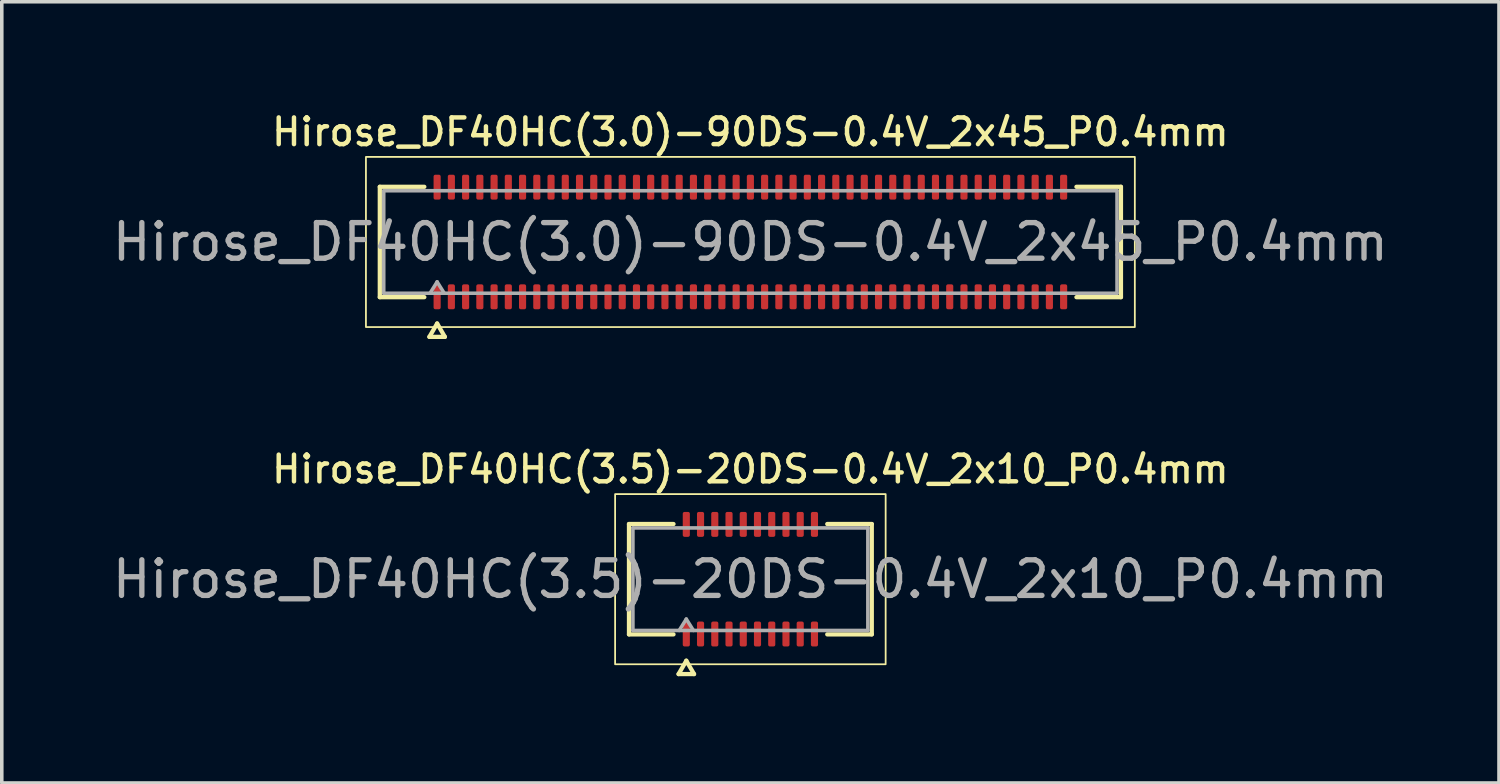
<source format=kicad_pcb>
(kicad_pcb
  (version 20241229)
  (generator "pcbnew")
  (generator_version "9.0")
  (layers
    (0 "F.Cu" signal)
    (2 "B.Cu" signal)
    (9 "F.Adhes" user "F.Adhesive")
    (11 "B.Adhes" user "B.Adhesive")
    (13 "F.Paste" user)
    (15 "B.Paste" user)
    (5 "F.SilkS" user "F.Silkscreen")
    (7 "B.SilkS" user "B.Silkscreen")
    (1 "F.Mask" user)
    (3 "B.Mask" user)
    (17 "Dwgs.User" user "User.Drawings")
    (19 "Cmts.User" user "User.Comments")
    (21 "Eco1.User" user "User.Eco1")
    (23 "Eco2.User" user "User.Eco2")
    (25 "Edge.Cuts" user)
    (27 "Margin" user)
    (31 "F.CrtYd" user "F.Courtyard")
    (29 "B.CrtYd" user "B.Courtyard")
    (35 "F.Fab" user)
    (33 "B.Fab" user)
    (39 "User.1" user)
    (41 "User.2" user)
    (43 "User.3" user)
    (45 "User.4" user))
  (footprint "Hirose_DF40HC(3.5)-20DS-0.4V_2x10_P0.4mm"
    (layer "F.Cu")
    (at 18.03 13.221)
    (property "Reference" "Hirose_DF40HC(3.5)-20DS-0.4V_2x10_P0.4mm" (at 0 -3.09 0) (layer "F.SilkS") (effects (font (size 0.75 0.75) (thickness 0.125))))
    (attr smd)
    (fp_line (start -3.41 -1.55) (end -2.16 -1.55) (stroke (width 0.12) (type solid)) (layer "F.SilkS"))
    (fp_line (start -3.41 1.55) (end -3.41 -1.55) (stroke (width 0.12) (type solid)) (layer "F.SilkS"))
    (fp_line (start -2.16 1.55) (end -3.41 1.55) (stroke (width 0.12) (type solid)) (layer "F.SilkS"))
    (fp_line (start -2.017 2.665) (end -1.8 2.29) (stroke (width 0.12) (type solid)) (layer "F.SilkS"))
    (fp_line (start -1.8 2.29) (end -1.583 2.665) (stroke (width 0.12) (type solid)) (layer "F.SilkS"))
    (fp_line (start -1.583 2.665) (end -2.017 2.665) (stroke (width 0.12) (type solid)) (layer "F.SilkS"))
    (fp_line (start 2.16 -1.55) (end 3.41 -1.55) (stroke (width 0.12) (type solid)) (layer "F.SilkS"))
    (fp_line (start 3.41 -1.55) (end 3.41 1.55) (stroke (width 0.12) (type solid)) (layer "F.SilkS"))
    (fp_line (start 3.41 1.55) (end 2.16 1.55) (stroke (width 0.12) (type solid)) (layer "F.SilkS"))
    (fp_rect (start -3.8 -2.39) (end 3.8 2.39) (stroke (width 0.05) (type solid)) (fill no) (layer "F.SilkS"))
    (fp_line (start -3.3 -1.44) (end 3.3 -1.44) (stroke (width 0.1) (type solid)) (layer "F.Fab"))
    (fp_line (start -3.3 1.44) (end -3.3 -1.44) (stroke (width 0.1) (type solid)) (layer "F.Fab"))
    (fp_line (start -2 1.44) (end -1.8 1.12) (stroke (width 0.1) (type solid)) (layer "F.Fab"))
    (fp_line (start -1.8 1.12) (end -1.6 1.44) (stroke (width 0.1) (type solid)) (layer "F.Fab"))
    (fp_line (start 3.3 -1.44) (end 3.3 1.44) (stroke (width 0.1) (type solid)) (layer "F.Fab"))
    (fp_line (start 3.3 1.44) (end -3.3 1.44) (stroke (width 0.1) (type solid)) (layer "F.Fab"))
    (fp_text user "${REFERENCE}" (at 0 0 0) (layer "F.Fab") (effects (font (size 1 1) (thickness 0.15))))
    (pad "1" smd roundrect (at -1.8 1.54) (size 0.2 0.7) (layers "F.Cu" "F.Mask" "F.Paste") (roundrect_rratio 0.25))
    (pad "2" smd roundrect (at -1.8 -1.54) (size 0.2 0.7) (layers "F.Cu" "F.Mask" "F.Paste") (roundrect_rratio 0.25))
    (pad "3" smd roundrect (at -1.4 1.54) (size 0.2 0.7) (layers "F.Cu" "F.Mask" "F.Paste") (roundrect_rratio 0.25))
    (pad "4" smd roundrect (at -1.4 -1.54) (size 0.2 0.7) (layers "F.Cu" "F.Mask" "F.Paste") (roundrect_rratio 0.25))
    (pad "5" smd roundrect (at -1 1.54) (size 0.2 0.7) (layers "F.Cu" "F.Mask" "F.Paste") (roundrect_rratio 0.25))
    (pad "6" smd roundrect (at -1 -1.54) (size 0.2 0.7) (layers "F.Cu" "F.Mask" "F.Paste") (roundrect_rratio 0.25))
    (pad "7" smd roundrect (at -0.6 1.54) (size 0.2 0.7) (layers "F.Cu" "F.Mask" "F.Paste") (roundrect_rratio 0.25))
    (pad "8" smd roundrect (at -0.6 -1.54) (size 0.2 0.7) (layers "F.Cu" "F.Mask" "F.Paste") (roundrect_rratio 0.25))
    (pad "9" smd roundrect (at -0.2 1.54) (size 0.2 0.7) (layers "F.Cu" "F.Mask" "F.Paste") (roundrect_rratio 0.25))
    (pad "10" smd roundrect (at -0.2 -1.54) (size 0.2 0.7) (layers "F.Cu" "F.Mask" "F.Paste") (roundrect_rratio 0.25))
    (pad "11" smd roundrect (at 0.2 1.54) (size 0.2 0.7) (layers "F.Cu" "F.Mask" "F.Paste") (roundrect_rratio 0.25))
    (pad "12" smd roundrect (at 0.2 -1.54) (size 0.2 0.7) (layers "F.Cu" "F.Mask" "F.Paste") (roundrect_rratio 0.25))
    (pad "13" smd roundrect (at 0.6 1.54) (size 0.2 0.7) (layers "F.Cu" "F.Mask" "F.Paste") (roundrect_rratio 0.25))
    (pad "14" smd roundrect (at 0.6 -1.54) (size 0.2 0.7) (layers "F.Cu" "F.Mask" "F.Paste") (roundrect_rratio 0.25))
    (pad "15" smd roundrect (at 1 1.54) (size 0.2 0.7) (layers "F.Cu" "F.Mask" "F.Paste") (roundrect_rratio 0.25))
    (pad "16" smd roundrect (at 1 -1.54) (size 0.2 0.7) (layers "F.Cu" "F.Mask" "F.Paste") (roundrect_rratio 0.25))
    (pad "17" smd roundrect (at 1.4 1.54) (size 0.2 0.7) (layers "F.Cu" "F.Mask" "F.Paste") (roundrect_rratio 0.25))
    (pad "18" smd roundrect (at 1.4 -1.54) (size 0.2 0.7) (layers "F.Cu" "F.Mask" "F.Paste") (roundrect_rratio 0.25))
    (pad "19" smd roundrect (at 1.8 1.54) (size 0.2 0.7) (layers "F.Cu" "F.Mask" "F.Paste") (roundrect_rratio 0.25))
    (pad "20" smd roundrect (at 1.8 -1.54) (size 0.2 0.7) (layers "F.Cu" "F.Mask" "F.Paste") (roundrect_rratio 0.25)))
  (footprint "Hirose_DF40HC(3.0)-90DS-0.4V_2x45_P0.4mm"
    (layer "F.Cu")
    (at 18.03 3.748)
    (property "Reference" "Hirose_DF40HC(3.0)-90DS-0.4V_2x45_P0.4mm" (at 0 -3.09 0) (layer "F.SilkS") (effects (font (size 0.75 0.75) (thickness 0.125))))
    (attr smd)
    (fp_line (start -10.41 -1.55) (end -9.16 -1.55) (stroke (width 0.12) (type solid)) (layer "F.SilkS"))
    (fp_line (start -10.41 1.55) (end -10.41 -1.55) (stroke (width 0.12) (type solid)) (layer "F.SilkS"))
    (fp_line (start -9.16 1.55) (end -10.41 1.55) (stroke (width 0.12) (type solid)) (layer "F.SilkS"))
    (fp_line (start -9.017 2.665) (end -8.8 2.29) (stroke (width 0.12) (type solid)) (layer "F.SilkS"))
    (fp_line (start -8.8 2.29) (end -8.583 2.665) (stroke (width 0.12) (type solid)) (layer "F.SilkS"))
    (fp_line (start -8.583 2.665) (end -9.017 2.665) (stroke (width 0.12) (type solid)) (layer "F.SilkS"))
    (fp_line (start 9.16 -1.55) (end 10.41 -1.55) (stroke (width 0.12) (type solid)) (layer "F.SilkS"))
    (fp_line (start 10.41 -1.55) (end 10.41 1.55) (stroke (width 0.12) (type solid)) (layer "F.SilkS"))
    (fp_line (start 10.41 1.55) (end 9.16 1.55) (stroke (width 0.12) (type solid)) (layer "F.SilkS"))
    (fp_rect (start -10.8 -2.39) (end 10.8 2.39) (stroke (width 0.05) (type solid)) (fill no) (layer "F.SilkS"))
    (fp_line (start -10.3 -1.44) (end 10.3 -1.44) (stroke (width 0.1) (type solid)) (layer "F.Fab"))
    (fp_line (start -10.3 1.44) (end -10.3 -1.44) (stroke (width 0.1) (type solid)) (layer "F.Fab"))
    (fp_line (start -9 1.44) (end -8.8 1.12) (stroke (width 0.1) (type solid)) (layer "F.Fab"))
    (fp_line (start -8.8 1.12) (end -8.6 1.44) (stroke (width 0.1) (type solid)) (layer "F.Fab"))
    (fp_line (start 10.3 -1.44) (end 10.3 1.44) (stroke (width 0.1) (type solid)) (layer "F.Fab"))
    (fp_line (start 10.3 1.44) (end -10.3 1.44) (stroke (width 0.1) (type solid)) (layer "F.Fab"))
    (fp_text user "${REFERENCE}" (at 0 0 0) (layer "F.Fab") (effects (font (size 1 1) (thickness 0.15))))
    (pad "1" smd roundrect (at -8.8 1.54) (size 0.2 0.7) (layers "F.Cu" "F.Mask" "F.Paste") (roundrect_rratio 0.25))
    (pad "2" smd roundrect (at -8.8 -1.54) (size 0.2 0.7) (layers "F.Cu" "F.Mask" "F.Paste") (roundrect_rratio 0.25))
    (pad "3" smd roundrect (at -8.4 1.54) (size 0.2 0.7) (layers "F.Cu" "F.Mask" "F.Paste") (roundrect_rratio 0.25))
    (pad "4" smd roundrect (at -8.4 -1.54) (size 0.2 0.7) (layers "F.Cu" "F.Mask" "F.Paste") (roundrect_rratio 0.25))
    (pad "5" smd roundrect (at -8 1.54) (size 0.2 0.7) (layers "F.Cu" "F.Mask" "F.Paste") (roundrect_rratio 0.25))
    (pad "6" smd roundrect (at -8 -1.54) (size 0.2 0.7) (layers "F.Cu" "F.Mask" "F.Paste") (roundrect_rratio 0.25))
    (pad "7" smd roundrect (at -7.6 1.54) (size 0.2 0.7) (layers "F.Cu" "F.Mask" "F.Paste") (roundrect_rratio 0.25))
    (pad "8" smd roundrect (at -7.6 -1.54) (size 0.2 0.7) (layers "F.Cu" "F.Mask" "F.Paste") (roundrect_rratio 0.25))
    (pad "9" smd roundrect (at -7.2 1.54) (size 0.2 0.7) (layers "F.Cu" "F.Mask" "F.Paste") (roundrect_rratio 0.25))
    (pad "10" smd roundrect (at -7.2 -1.54) (size 0.2 0.7) (layers "F.Cu" "F.Mask" "F.Paste") (roundrect_rratio 0.25))
    (pad "11" smd roundrect (at -6.8 1.54) (size 0.2 0.7) (layers "F.Cu" "F.Mask" "F.Paste") (roundrect_rratio 0.25))
    (pad "12" smd roundrect (at -6.8 -1.54) (size 0.2 0.7) (layers "F.Cu" "F.Mask" "F.Paste") (roundrect_rratio 0.25))
    (pad "13" smd roundrect (at -6.4 1.54) (size 0.2 0.7) (layers "F.Cu" "F.Mask" "F.Paste") (roundrect_rratio 0.25))
    (pad "14" smd roundrect (at -6.4 -1.54) (size 0.2 0.7) (layers "F.Cu" "F.Mask" "F.Paste") (roundrect_rratio 0.25))
    (pad "15" smd roundrect (at -6 1.54) (size 0.2 0.7) (layers "F.Cu" "F.Mask" "F.Paste") (roundrect_rratio 0.25))
    (pad "16" smd roundrect (at -6 -1.54) (size 0.2 0.7) (layers "F.Cu" "F.Mask" "F.Paste") (roundrect_rratio 0.25))
    (pad "17" smd roundrect (at -5.6 1.54) (size 0.2 0.7) (layers "F.Cu" "F.Mask" "F.Paste") (roundrect_rratio 0.25))
    (pad "18" smd roundrect (at -5.6 -1.54) (size 0.2 0.7) (layers "F.Cu" "F.Mask" "F.Paste") (roundrect_rratio 0.25))
    (pad "19" smd roundrect (at -5.2 1.54) (size 0.2 0.7) (layers "F.Cu" "F.Mask" "F.Paste") (roundrect_rratio 0.25))
    (pad "20" smd roundrect (at -5.2 -1.54) (size 0.2 0.7) (layers "F.Cu" "F.Mask" "F.Paste") (roundrect_rratio 0.25))
    (pad "21" smd roundrect (at -4.8 1.54) (size 0.2 0.7) (layers "F.Cu" "F.Mask" "F.Paste") (roundrect_rratio 0.25))
    (pad "22" smd roundrect (at -4.8 -1.54) (size 0.2 0.7) (layers "F.Cu" "F.Mask" "F.Paste") (roundrect_rratio 0.25))
    (pad "23" smd roundrect (at -4.4 1.54) (size 0.2 0.7) (layers "F.Cu" "F.Mask" "F.Paste") (roundrect_rratio 0.25))
    (pad "24" smd roundrect (at -4.4 -1.54) (size 0.2 0.7) (layers "F.Cu" "F.Mask" "F.Paste") (roundrect_rratio 0.25))
    (pad "25" smd roundrect (at -4 1.54) (size 0.2 0.7) (layers "F.Cu" "F.Mask" "F.Paste") (roundrect_rratio 0.25))
    (pad "26" smd roundrect (at -4 -1.54) (size 0.2 0.7) (layers "F.Cu" "F.Mask" "F.Paste") (roundrect_rratio 0.25))
    (pad "27" smd roundrect (at -3.6 1.54) (size 0.2 0.7) (layers "F.Cu" "F.Mask" "F.Paste") (roundrect_rratio 0.25))
    (pad "28" smd roundrect (at -3.6 -1.54) (size 0.2 0.7) (layers "F.Cu" "F.Mask" "F.Paste") (roundrect_rratio 0.25))
    (pad "29" smd roundrect (at -3.2 1.54) (size 0.2 0.7) (layers "F.Cu" "F.Mask" "F.Paste") (roundrect_rratio 0.25))
    (pad "30" smd roundrect (at -3.2 -1.54) (size 0.2 0.7) (layers "F.Cu" "F.Mask" "F.Paste") (roundrect_rratio 0.25))
    (pad "31" smd roundrect (at -2.8 1.54) (size 0.2 0.7) (layers "F.Cu" "F.Mask" "F.Paste") (roundrect_rratio 0.25))
    (pad "32" smd roundrect (at -2.8 -1.54) (size 0.2 0.7) (layers "F.Cu" "F.Mask" "F.Paste") (roundrect_rratio 0.25))
    (pad "33" smd roundrect (at -2.4 1.54) (size 0.2 0.7) (layers "F.Cu" "F.Mask" "F.Paste") (roundrect_rratio 0.25))
    (pad "34" smd roundrect (at -2.4 -1.54) (size 0.2 0.7) (layers "F.Cu" "F.Mask" "F.Paste") (roundrect_rratio 0.25))
    (pad "35" smd roundrect (at -2 1.54) (size 0.2 0.7) (layers "F.Cu" "F.Mask" "F.Paste") (roundrect_rratio 0.25))
    (pad "36" smd roundrect (at -2 -1.54) (size 0.2 0.7) (layers "F.Cu" "F.Mask" "F.Paste") (roundrect_rratio 0.25))
    (pad "37" smd roundrect (at -1.6 1.54) (size 0.2 0.7) (layers "F.Cu" "F.Mask" "F.Paste") (roundrect_rratio 0.25))
    (pad "38" smd roundrect (at -1.6 -1.54) (size 0.2 0.7) (layers "F.Cu" "F.Mask" "F.Paste") (roundrect_rratio 0.25))
    (pad "39" smd roundrect (at -1.2 1.54) (size 0.2 0.7) (layers "F.Cu" "F.Mask" "F.Paste") (roundrect_rratio 0.25))
    (pad "40" smd roundrect (at -1.2 -1.54) (size 0.2 0.7) (layers "F.Cu" "F.Mask" "F.Paste") (roundrect_rratio 0.25))
    (pad "41" smd roundrect (at -0.8 1.54) (size 0.2 0.7) (layers "F.Cu" "F.Mask" "F.Paste") (roundrect_rratio 0.25))
    (pad "42" smd roundrect (at -0.8 -1.54) (size 0.2 0.7) (layers "F.Cu" "F.Mask" "F.Paste") (roundrect_rratio 0.25))
    (pad "43" smd roundrect (at -0.4 1.54) (size 0.2 0.7) (layers "F.Cu" "F.Mask" "F.Paste") (roundrect_rratio 0.25))
    (pad "44" smd roundrect (at -0.4 -1.54) (size 0.2 0.7) (layers "F.Cu" "F.Mask" "F.Paste") (roundrect_rratio 0.25))
    (pad "45" smd roundrect (at 0 1.54) (size 0.2 0.7) (layers "F.Cu" "F.Mask" "F.Paste") (roundrect_rratio 0.25))
    (pad "46" smd roundrect (at 0 -1.54) (size 0.2 0.7) (layers "F.Cu" "F.Mask" "F.Paste") (roundrect_rratio 0.25))
    (pad "47" smd roundrect (at 0.4 1.54) (size 0.2 0.7) (layers "F.Cu" "F.Mask" "F.Paste") (roundrect_rratio 0.25))
    (pad "48" smd roundrect (at 0.4 -1.54) (size 0.2 0.7) (layers "F.Cu" "F.Mask" "F.Paste") (roundrect_rratio 0.25))
    (pad "49" smd roundrect (at 0.8 1.54) (size 0.2 0.7) (layers "F.Cu" "F.Mask" "F.Paste") (roundrect_rratio 0.25))
    (pad "50" smd roundrect (at 0.8 -1.54) (size 0.2 0.7) (layers "F.Cu" "F.Mask" "F.Paste") (roundrect_rratio 0.25))
    (pad "51" smd roundrect (at 1.2 1.54) (size 0.2 0.7) (layers "F.Cu" "F.Mask" "F.Paste") (roundrect_rratio 0.25))
    (pad "52" smd roundrect (at 1.2 -1.54) (size 0.2 0.7) (layers "F.Cu" "F.Mask" "F.Paste") (roundrect_rratio 0.25))
    (pad "53" smd roundrect (at 1.6 1.54) (size 0.2 0.7) (layers "F.Cu" "F.Mask" "F.Paste") (roundrect_rratio 0.25))
    (pad "54" smd roundrect (at 1.6 -1.54) (size 0.2 0.7) (layers "F.Cu" "F.Mask" "F.Paste") (roundrect_rratio 0.25))
    (pad "55" smd roundrect (at 2 1.54) (size 0.2 0.7) (layers "F.Cu" "F.Mask" "F.Paste") (roundrect_rratio 0.25))
    (pad "56" smd roundrect (at 2 -1.54) (size 0.2 0.7) (layers "F.Cu" "F.Mask" "F.Paste") (roundrect_rratio 0.25))
    (pad "57" smd roundrect (at 2.4 1.54) (size 0.2 0.7) (layers "F.Cu" "F.Mask" "F.Paste") (roundrect_rratio 0.25))
    (pad "58" smd roundrect (at 2.4 -1.54) (size 0.2 0.7) (layers "F.Cu" "F.Mask" "F.Paste") (roundrect_rratio 0.25))
    (pad "59" smd roundrect (at 2.8 1.54) (size 0.2 0.7) (layers "F.Cu" "F.Mask" "F.Paste") (roundrect_rratio 0.25))
    (pad "60" smd roundrect (at 2.8 -1.54) (size 0.2 0.7) (layers "F.Cu" "F.Mask" "F.Paste") (roundrect_rratio 0.25))
    (pad "61" smd roundrect (at 3.2 1.54) (size 0.2 0.7) (layers "F.Cu" "F.Mask" "F.Paste") (roundrect_rratio 0.25))
    (pad "62" smd roundrect (at 3.2 -1.54) (size 0.2 0.7) (layers "F.Cu" "F.Mask" "F.Paste") (roundrect_rratio 0.25))
    (pad "63" smd roundrect (at 3.6 1.54) (size 0.2 0.7) (layers "F.Cu" "F.Mask" "F.Paste") (roundrect_rratio 0.25))
    (pad "64" smd roundrect (at 3.6 -1.54) (size 0.2 0.7) (layers "F.Cu" "F.Mask" "F.Paste") (roundrect_rratio 0.25))
    (pad "65" smd roundrect (at 4 1.54) (size 0.2 0.7) (layers "F.Cu" "F.Mask" "F.Paste") (roundrect_rratio 0.25))
    (pad "66" smd roundrect (at 4 -1.54) (size 0.2 0.7) (layers "F.Cu" "F.Mask" "F.Paste") (roundrect_rratio 0.25))
    (pad "67" smd roundrect (at 4.4 1.54) (size 0.2 0.7) (layers "F.Cu" "F.Mask" "F.Paste") (roundrect_rratio 0.25))
    (pad "68" smd roundrect (at 4.4 -1.54) (size 0.2 0.7) (layers "F.Cu" "F.Mask" "F.Paste") (roundrect_rratio 0.25))
    (pad "69" smd roundrect (at 4.8 1.54) (size 0.2 0.7) (layers "F.Cu" "F.Mask" "F.Paste") (roundrect_rratio 0.25))
    (pad "70" smd roundrect (at 4.8 -1.54) (size 0.2 0.7) (layers "F.Cu" "F.Mask" "F.Paste") (roundrect_rratio 0.25))
    (pad "71" smd roundrect (at 5.2 1.54) (size 0.2 0.7) (layers "F.Cu" "F.Mask" "F.Paste") (roundrect_rratio 0.25))
    (pad "72" smd roundrect (at 5.2 -1.54) (size 0.2 0.7) (layers "F.Cu" "F.Mask" "F.Paste") (roundrect_rratio 0.25))
    (pad "73" smd roundrect (at 5.6 1.54) (size 0.2 0.7) (layers "F.Cu" "F.Mask" "F.Paste") (roundrect_rratio 0.25))
    (pad "74" smd roundrect (at 5.6 -1.54) (size 0.2 0.7) (layers "F.Cu" "F.Mask" "F.Paste") (roundrect_rratio 0.25))
    (pad "75" smd roundrect (at 6 1.54) (size 0.2 0.7) (layers "F.Cu" "F.Mask" "F.Paste") (roundrect_rratio 0.25))
    (pad "76" smd roundrect (at 6 -1.54) (size 0.2 0.7) (layers "F.Cu" "F.Mask" "F.Paste") (roundrect_rratio 0.25))
    (pad "77" smd roundrect (at 6.4 1.54) (size 0.2 0.7) (layers "F.Cu" "F.Mask" "F.Paste") (roundrect_rratio 0.25))
    (pad "78" smd roundrect (at 6.4 -1.54) (size 0.2 0.7) (layers "F.Cu" "F.Mask" "F.Paste") (roundrect_rratio 0.25))
    (pad "79" smd roundrect (at 6.8 1.54) (size 0.2 0.7) (layers "F.Cu" "F.Mask" "F.Paste") (roundrect_rratio 0.25))
    (pad "80" smd roundrect (at 6.8 -1.54) (size 0.2 0.7) (layers "F.Cu" "F.Mask" "F.Paste") (roundrect_rratio 0.25))
    (pad "81" smd roundrect (at 7.2 1.54) (size 0.2 0.7) (layers "F.Cu" "F.Mask" "F.Paste") (roundrect_rratio 0.25))
    (pad "82" smd roundrect (at 7.2 -1.54) (size 0.2 0.7) (layers "F.Cu" "F.Mask" "F.Paste") (roundrect_rratio 0.25))
    (pad "83" smd roundrect (at 7.6 1.54) (size 0.2 0.7) (layers "F.Cu" "F.Mask" "F.Paste") (roundrect_rratio 0.25))
    (pad "84" smd roundrect (at 7.6 -1.54) (size 0.2 0.7) (layers "F.Cu" "F.Mask" "F.Paste") (roundrect_rratio 0.25))
    (pad "85" smd roundrect (at 8 1.54) (size 0.2 0.7) (layers "F.Cu" "F.Mask" "F.Paste") (roundrect_rratio 0.25))
    (pad "86" smd roundrect (at 8 -1.54) (size 0.2 0.7) (layers "F.Cu" "F.Mask" "F.Paste") (roundrect_rratio 0.25))
    (pad "87" smd roundrect (at 8.4 1.54) (size 0.2 0.7) (layers "F.Cu" "F.Mask" "F.Paste") (roundrect_rratio 0.25))
    (pad "88" smd roundrect (at 8.4 -1.54) (size 0.2 0.7) (layers "F.Cu" "F.Mask" "F.Paste") (roundrect_rratio 0.25))
    (pad "89" smd roundrect (at 8.8 1.54) (size 0.2 0.7) (layers "F.Cu" "F.Mask" "F.Paste") (roundrect_rratio 0.25))
    (pad "90" smd roundrect (at 8.8 -1.54) (size 0.2 0.7) (layers "F.Cu" "F.Mask" "F.Paste") (roundrect_rratio 0.25)))
  (gr_rect
    (start -3 -3)
    (end 39.06 18.946)
    (stroke (width 0.1) (type default))
    (fill no)
    (layer "Edge.Cuts")))
</source>
